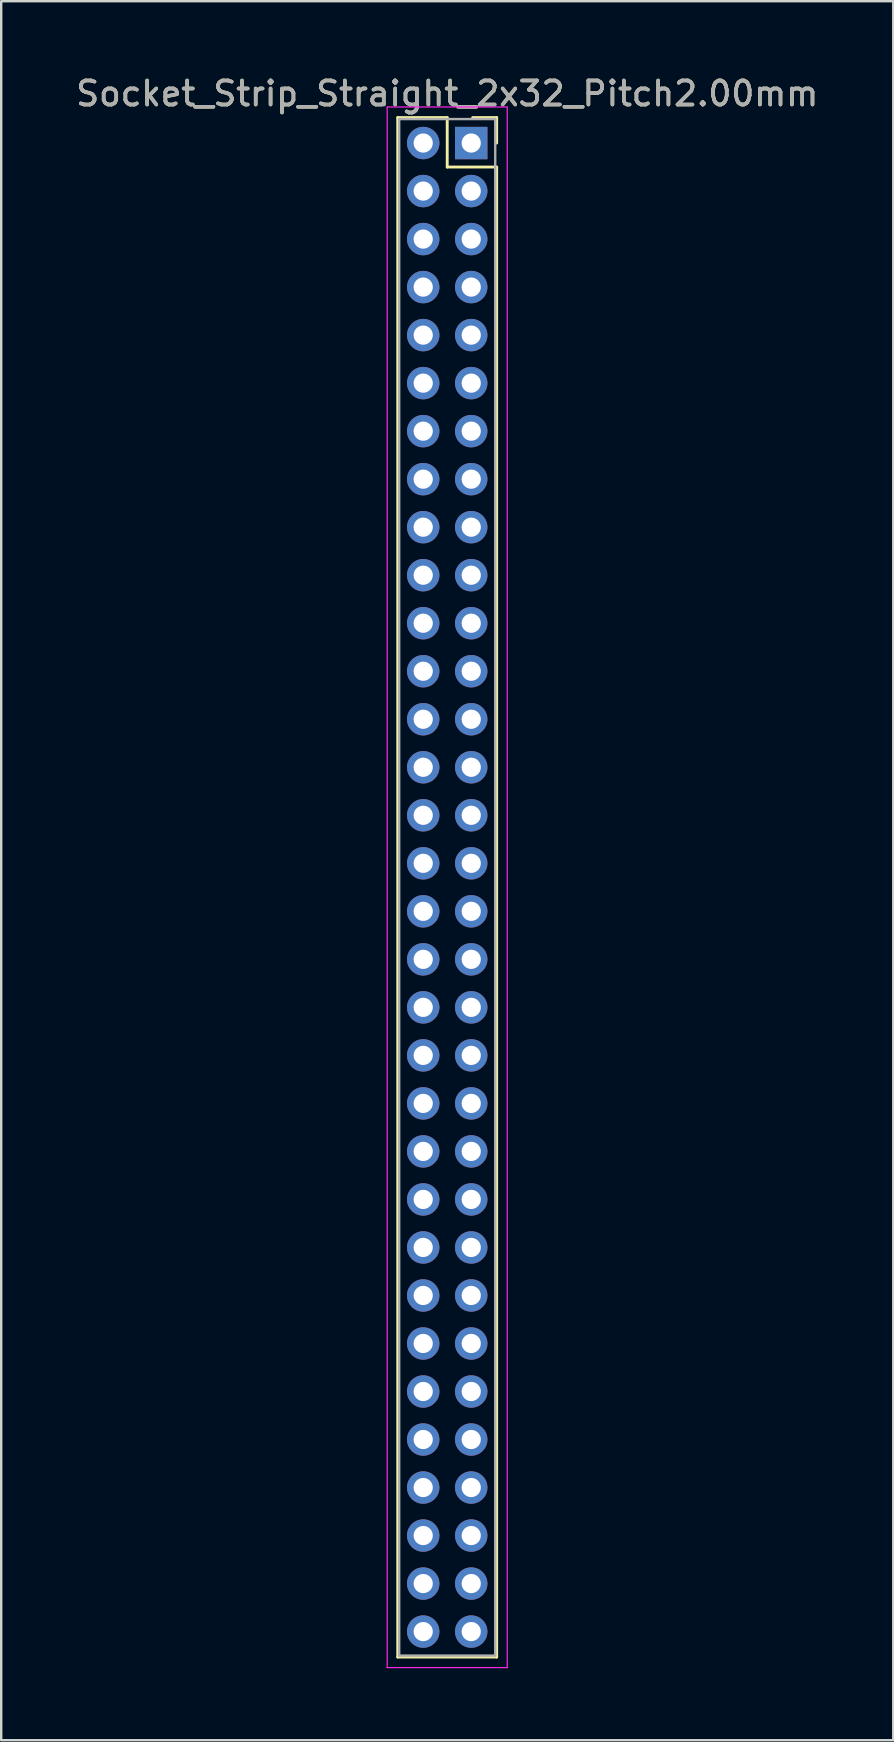
<source format=kicad_pcb>
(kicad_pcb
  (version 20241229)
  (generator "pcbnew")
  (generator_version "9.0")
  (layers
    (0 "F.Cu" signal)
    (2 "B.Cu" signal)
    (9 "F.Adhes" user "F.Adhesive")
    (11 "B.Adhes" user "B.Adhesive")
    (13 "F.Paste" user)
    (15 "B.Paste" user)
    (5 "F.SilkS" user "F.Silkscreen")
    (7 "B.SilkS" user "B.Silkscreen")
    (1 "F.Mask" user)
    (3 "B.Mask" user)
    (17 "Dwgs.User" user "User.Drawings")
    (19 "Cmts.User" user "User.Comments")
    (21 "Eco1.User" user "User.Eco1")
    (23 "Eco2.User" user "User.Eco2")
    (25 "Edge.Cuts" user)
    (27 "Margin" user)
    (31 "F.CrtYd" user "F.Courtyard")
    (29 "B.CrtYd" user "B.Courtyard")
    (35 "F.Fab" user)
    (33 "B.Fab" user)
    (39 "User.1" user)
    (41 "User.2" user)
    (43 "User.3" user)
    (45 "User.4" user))
  (footprint "Socket_Strip_Straight_2x32_Pitch2.00mm"
    (layer "F.Cu")
    (at 16.577 2.908)
    (property "Reference" "Socket_Strip_Straight_2x32_Pitch2.00mm" (at -1 -2.06 0) (layer "F.SilkS") (effects (font (size 1 1) (thickness 0.15))))
    (attr through_hole)
    (fp_line (start -3.06 -1.06) (end -1 -1.06) (stroke (width 0.12) (type solid)) (layer "F.SilkS"))
    (fp_line (start -3.06 63.06) (end -3.06 -1.06) (stroke (width 0.12) (type solid)) (layer "F.SilkS"))
    (fp_line (start -1 -1.06) (end -1 1) (stroke (width 0.12) (type solid)) (layer "F.SilkS"))
    (fp_line (start -1 1) (end 1.06 1) (stroke (width 0.12) (type solid)) (layer "F.SilkS"))
    (fp_line (start 1.06 -1.06) (end 0.06 -1.06) (stroke (width 0.12) (type solid)) (layer "F.SilkS"))
    (fp_line (start 1.06 0) (end 1.06 -1.06) (stroke (width 0.12) (type solid)) (layer "F.SilkS"))
    (fp_line (start 1.06 1) (end 1.06 63.06) (stroke (width 0.12) (type solid)) (layer "F.SilkS"))
    (fp_line (start 1.06 63.06) (end -3.06 63.06) (stroke (width 0.12) (type solid)) (layer "F.SilkS"))
    (fp_line (start -3.5 -1.5) (end -3.5 63.5) (stroke (width 0.05) (type solid)) (layer "F.CrtYd"))
    (fp_line (start -3.5 63.5) (end 1.5 63.5) (stroke (width 0.05) (type solid)) (layer "F.CrtYd"))
    (fp_line (start 1.5 -1.5) (end -3.5 -1.5) (stroke (width 0.05) (type solid)) (layer "F.CrtYd"))
    (fp_line (start 1.5 63.5) (end 1.5 -1.5) (stroke (width 0.05) (type solid)) (layer "F.CrtYd"))
    (fp_line (start -3 -1) (end -3 63) (stroke (width 0.1) (type solid)) (layer "F.Fab"))
    (fp_line (start -3 63) (end 1 63) (stroke (width 0.1) (type solid)) (layer "F.Fab"))
    (fp_line (start 1 -1) (end -3 -1) (stroke (width 0.1) (type solid)) (layer "F.Fab"))
    (fp_line (start 1 63) (end 1 -1) (stroke (width 0.1) (type solid)) (layer "F.Fab"))
    (fp_text user "${REFERENCE}" (at -1 -2.06 0) (layer "F.Fab") (effects (font (size 1 1) (thickness 0.15))))
    (pad "1" thru_hole rect (at 0 0) (size 1.35 1.35) (drill 0.8) (layers "*.Cu" "*.Mask"))
    (pad "2" thru_hole oval (at -2 0) (size 1.35 1.35) (drill 0.8) (layers "*.Cu" "*.Mask"))
    (pad "3" thru_hole oval (at 0 2) (size 1.35 1.35) (drill 0.8) (layers "*.Cu" "*.Mask"))
    (pad "4" thru_hole oval (at -2 2) (size 1.35 1.35) (drill 0.8) (layers "*.Cu" "*.Mask"))
    (pad "5" thru_hole oval (at 0 4) (size 1.35 1.35) (drill 0.8) (layers "*.Cu" "*.Mask"))
    (pad "6" thru_hole oval (at -2 4) (size 1.35 1.35) (drill 0.8) (layers "*.Cu" "*.Mask"))
    (pad "7" thru_hole oval (at 0 6) (size 1.35 1.35) (drill 0.8) (layers "*.Cu" "*.Mask"))
    (pad "8" thru_hole oval (at -2 6) (size 1.35 1.35) (drill 0.8) (layers "*.Cu" "*.Mask"))
    (pad "9" thru_hole oval (at 0 8) (size 1.35 1.35) (drill 0.8) (layers "*.Cu" "*.Mask"))
    (pad "10" thru_hole oval (at -2 8) (size 1.35 1.35) (drill 0.8) (layers "*.Cu" "*.Mask"))
    (pad "11" thru_hole oval (at 0 10) (size 1.35 1.35) (drill 0.8) (layers "*.Cu" "*.Mask"))
    (pad "12" thru_hole oval (at -2 10) (size 1.35 1.35) (drill 0.8) (layers "*.Cu" "*.Mask"))
    (pad "13" thru_hole oval (at 0 12) (size 1.35 1.35) (drill 0.8) (layers "*.Cu" "*.Mask"))
    (pad "14" thru_hole oval (at -2 12) (size 1.35 1.35) (drill 0.8) (layers "*.Cu" "*.Mask"))
    (pad "15" thru_hole oval (at 0 14) (size 1.35 1.35) (drill 0.8) (layers "*.Cu" "*.Mask"))
    (pad "16" thru_hole oval (at -2 14) (size 1.35 1.35) (drill 0.8) (layers "*.Cu" "*.Mask"))
    (pad "17" thru_hole oval (at 0 16) (size 1.35 1.35) (drill 0.8) (layers "*.Cu" "*.Mask"))
    (pad "18" thru_hole oval (at -2 16) (size 1.35 1.35) (drill 0.8) (layers "*.Cu" "*.Mask"))
    (pad "19" thru_hole oval (at 0 18) (size 1.35 1.35) (drill 0.8) (layers "*.Cu" "*.Mask"))
    (pad "20" thru_hole oval (at -2 18) (size 1.35 1.35) (drill 0.8) (layers "*.Cu" "*.Mask"))
    (pad "21" thru_hole oval (at 0 20) (size 1.35 1.35) (drill 0.8) (layers "*.Cu" "*.Mask"))
    (pad "22" thru_hole oval (at -2 20) (size 1.35 1.35) (drill 0.8) (layers "*.Cu" "*.Mask"))
    (pad "23" thru_hole oval (at 0 22) (size 1.35 1.35) (drill 0.8) (layers "*.Cu" "*.Mask"))
    (pad "24" thru_hole oval (at -2 22) (size 1.35 1.35) (drill 0.8) (layers "*.Cu" "*.Mask"))
    (pad "25" thru_hole oval (at 0 24) (size 1.35 1.35) (drill 0.8) (layers "*.Cu" "*.Mask"))
    (pad "26" thru_hole oval (at -2 24) (size 1.35 1.35) (drill 0.8) (layers "*.Cu" "*.Mask"))
    (pad "27" thru_hole oval (at 0 26) (size 1.35 1.35) (drill 0.8) (layers "*.Cu" "*.Mask"))
    (pad "28" thru_hole oval (at -2 26) (size 1.35 1.35) (drill 0.8) (layers "*.Cu" "*.Mask"))
    (pad "29" thru_hole oval (at 0 28) (size 1.35 1.35) (drill 0.8) (layers "*.Cu" "*.Mask"))
    (pad "30" thru_hole oval (at -2 28) (size 1.35 1.35) (drill 0.8) (layers "*.Cu" "*.Mask"))
    (pad "31" thru_hole oval (at 0 30) (size 1.35 1.35) (drill 0.8) (layers "*.Cu" "*.Mask"))
    (pad "32" thru_hole oval (at -2 30) (size 1.35 1.35) (drill 0.8) (layers "*.Cu" "*.Mask"))
    (pad "33" thru_hole oval (at 0 32) (size 1.35 1.35) (drill 0.8) (layers "*.Cu" "*.Mask"))
    (pad "34" thru_hole oval (at -2 32) (size 1.35 1.35) (drill 0.8) (layers "*.Cu" "*.Mask"))
    (pad "35" thru_hole oval (at 0 34) (size 1.35 1.35) (drill 0.8) (layers "*.Cu" "*.Mask"))
    (pad "36" thru_hole oval (at -2 34) (size 1.35 1.35) (drill 0.8) (layers "*.Cu" "*.Mask"))
    (pad "37" thru_hole oval (at 0 36) (size 1.35 1.35) (drill 0.8) (layers "*.Cu" "*.Mask"))
    (pad "38" thru_hole oval (at -2 36) (size 1.35 1.35) (drill 0.8) (layers "*.Cu" "*.Mask"))
    (pad "39" thru_hole oval (at 0 38) (size 1.35 1.35) (drill 0.8) (layers "*.Cu" "*.Mask"))
    (pad "40" thru_hole oval (at -2 38) (size 1.35 1.35) (drill 0.8) (layers "*.Cu" "*.Mask"))
    (pad "41" thru_hole oval (at 0 40) (size 1.35 1.35) (drill 0.8) (layers "*.Cu" "*.Mask"))
    (pad "42" thru_hole oval (at -2 40) (size 1.35 1.35) (drill 0.8) (layers "*.Cu" "*.Mask"))
    (pad "43" thru_hole oval (at 0 42) (size 1.35 1.35) (drill 0.8) (layers "*.Cu" "*.Mask"))
    (pad "44" thru_hole oval (at -2 42) (size 1.35 1.35) (drill 0.8) (layers "*.Cu" "*.Mask"))
    (pad "45" thru_hole oval (at 0 44) (size 1.35 1.35) (drill 0.8) (layers "*.Cu" "*.Mask"))
    (pad "46" thru_hole oval (at -2 44) (size 1.35 1.35) (drill 0.8) (layers "*.Cu" "*.Mask"))
    (pad "47" thru_hole oval (at 0 46) (size 1.35 1.35) (drill 0.8) (layers "*.Cu" "*.Mask"))
    (pad "48" thru_hole oval (at -2 46) (size 1.35 1.35) (drill 0.8) (layers "*.Cu" "*.Mask"))
    (pad "49" thru_hole oval (at 0 48) (size 1.35 1.35) (drill 0.8) (layers "*.Cu" "*.Mask"))
    (pad "50" thru_hole oval (at -2 48) (size 1.35 1.35) (drill 0.8) (layers "*.Cu" "*.Mask"))
    (pad "51" thru_hole oval (at 0 50) (size 1.35 1.35) (drill 0.8) (layers "*.Cu" "*.Mask"))
    (pad "52" thru_hole oval (at -2 50) (size 1.35 1.35) (drill 0.8) (layers "*.Cu" "*.Mask"))
    (pad "53" thru_hole oval (at 0 52) (size 1.35 1.35) (drill 0.8) (layers "*.Cu" "*.Mask"))
    (pad "54" thru_hole oval (at -2 52) (size 1.35 1.35) (drill 0.8) (layers "*.Cu" "*.Mask"))
    (pad "55" thru_hole oval (at 0 54) (size 1.35 1.35) (drill 0.8) (layers "*.Cu" "*.Mask"))
    (pad "56" thru_hole oval (at -2 54) (size 1.35 1.35) (drill 0.8) (layers "*.Cu" "*.Mask"))
    (pad "57" thru_hole oval (at 0 56) (size 1.35 1.35) (drill 0.8) (layers "*.Cu" "*.Mask"))
    (pad "58" thru_hole oval (at -2 56) (size 1.35 1.35) (drill 0.8) (layers "*.Cu" "*.Mask"))
    (pad "59" thru_hole oval (at 0 58) (size 1.35 1.35) (drill 0.8) (layers "*.Cu" "*.Mask"))
    (pad "60" thru_hole oval (at -2 58) (size 1.35 1.35) (drill 0.8) (layers "*.Cu" "*.Mask"))
    (pad "61" thru_hole oval (at 0 60) (size 1.35 1.35) (drill 0.8) (layers "*.Cu" "*.Mask"))
    (pad "62" thru_hole oval (at -2 60) (size 1.35 1.35) (drill 0.8) (layers "*.Cu" "*.Mask"))
    (pad "63" thru_hole oval (at 0 62) (size 1.35 1.35) (drill 0.8) (layers "*.Cu" "*.Mask"))
    (pad "64" thru_hole oval (at -2 62) (size 1.35 1.35) (drill 0.8) (layers "*.Cu" "*.Mask")))
  (gr_rect
    (start -3 -3)
    (end 34.155 69.433)
    (stroke (width 0.1) (type default))
    (fill no)
    (layer "Edge.Cuts")))
</source>
